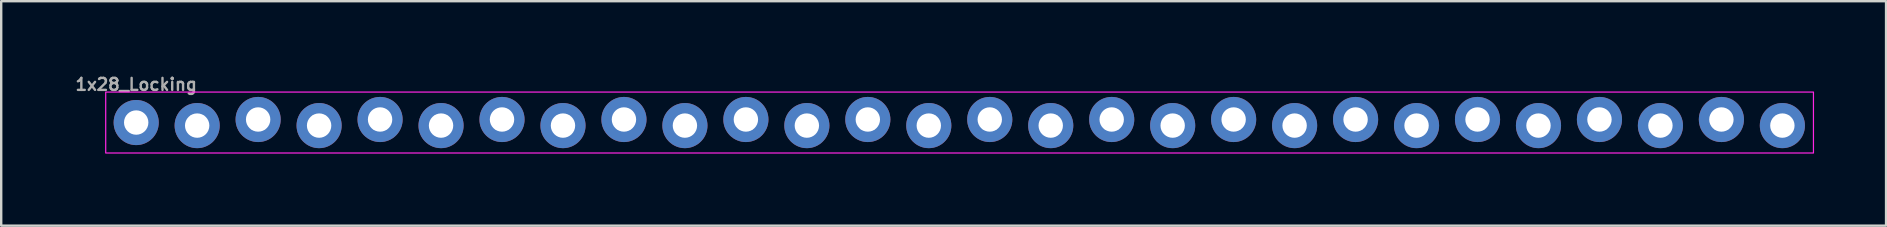
<source format=kicad_pcb>
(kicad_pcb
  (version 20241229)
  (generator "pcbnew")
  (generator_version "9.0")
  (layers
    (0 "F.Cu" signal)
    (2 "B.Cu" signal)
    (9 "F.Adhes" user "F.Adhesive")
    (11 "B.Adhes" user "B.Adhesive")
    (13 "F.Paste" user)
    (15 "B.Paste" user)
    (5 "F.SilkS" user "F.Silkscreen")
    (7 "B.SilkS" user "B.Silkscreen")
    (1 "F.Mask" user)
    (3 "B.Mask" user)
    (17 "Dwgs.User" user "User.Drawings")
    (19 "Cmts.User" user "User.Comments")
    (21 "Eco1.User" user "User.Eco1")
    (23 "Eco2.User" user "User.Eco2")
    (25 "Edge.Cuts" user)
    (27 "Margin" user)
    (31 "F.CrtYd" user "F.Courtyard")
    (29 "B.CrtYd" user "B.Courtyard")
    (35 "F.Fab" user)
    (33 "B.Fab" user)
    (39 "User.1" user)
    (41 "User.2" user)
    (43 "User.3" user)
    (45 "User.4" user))
  (footprint "1x28_Locking"
    (layer "F.Cu")
    (at 2.624 2.055)
    (property "Reference" "1x28_Locking" (at 0 -1.587 0) (layer "F.Fab") (effects (font (size 0.5 0.5) (thickness 0.1))))
    (fp_rect (start -1.27 -1.27) (end 69.875 1.27) (stroke (width 0.05) (type default)) (fill no) (layer "F.CrtYd"))
    (fp_poly (pts (xy -0.254 0.254) (xy 0.254 0.254) (xy 0.254 -0.254) (xy -0.254 -0.254)) (stroke (width 0.1) (type default)) (fill no) (layer "F.Fab"))
    (fp_poly (pts (xy 2.286 0.254) (xy 2.794 0.254) (xy 2.794 -0.254) (xy 2.286 -0.254)) (stroke (width 0.1) (type default)) (fill no) (layer "F.Fab"))
    (fp_poly (pts (xy 4.826 0.254) (xy 5.334 0.254) (xy 5.334 -0.254) (xy 4.826 -0.254)) (stroke (width 0.1) (type default)) (fill no) (layer "F.Fab"))
    (fp_poly (pts (xy 7.366 0.254) (xy 7.874 0.254) (xy 7.874 -0.254) (xy 7.366 -0.254)) (stroke (width 0.1) (type default)) (fill no) (layer "F.Fab"))
    (fp_poly (pts (xy 9.906 0.254) (xy 10.414 0.254) (xy 10.414 -0.254) (xy 9.906 -0.254)) (stroke (width 0.1) (type default)) (fill no) (layer "F.Fab"))
    (fp_poly (pts (xy 12.446 0.254) (xy 12.954 0.254) (xy 12.954 -0.254) (xy 12.446 -0.254)) (stroke (width 0.1) (type default)) (fill no) (layer "F.Fab"))
    (fp_poly (pts (xy 14.986 0.254) (xy 15.494 0.254) (xy 15.494 -0.254) (xy 14.986 -0.254)) (stroke (width 0.1) (type default)) (fill no) (layer "F.Fab"))
    (fp_poly (pts (xy 17.526 0.254) (xy 18.034 0.254) (xy 18.034 -0.254) (xy 17.526 -0.254)) (stroke (width 0.1) (type default)) (fill no) (layer "F.Fab"))
    (fp_poly (pts (xy 20.066 0.254) (xy 20.574 0.254) (xy 20.574 -0.254) (xy 20.066 -0.254)) (stroke (width 0.1) (type default)) (fill no) (layer "F.Fab"))
    (fp_poly (pts (xy 22.606 0.254) (xy 23.114 0.254) (xy 23.114 -0.254) (xy 22.606 -0.254)) (stroke (width 0.1) (type default)) (fill no) (layer "F.Fab"))
    (fp_poly (pts (xy 25.146 0.254) (xy 25.654 0.254) (xy 25.654 -0.254) (xy 25.146 -0.254)) (stroke (width 0.1) (type default)) (fill no) (layer "F.Fab"))
    (fp_poly (pts (xy 27.686 0.254) (xy 28.194 0.254) (xy 28.194 -0.254) (xy 27.686 -0.254)) (stroke (width 0.1) (type default)) (fill no) (layer "F.Fab"))
    (fp_poly (pts (xy 30.226 0.254) (xy 30.734 0.254) (xy 30.734 -0.254) (xy 30.226 -0.254)) (stroke (width 0.1) (type default)) (fill no) (layer "F.Fab"))
    (fp_poly (pts (xy 32.766 0.254) (xy 33.274 0.254) (xy 33.274 -0.254) (xy 32.766 -0.254)) (stroke (width 0.1) (type default)) (fill no) (layer "F.Fab"))
    (fp_poly (pts (xy 35.306 0.254) (xy 35.814 0.254) (xy 35.814 -0.254) (xy 35.306 -0.254)) (stroke (width 0.1) (type default)) (fill no) (layer "F.Fab"))
    (fp_poly (pts (xy 37.846 0.254) (xy 38.354 0.254) (xy 38.354 -0.254) (xy 37.846 -0.254)) (stroke (width 0.1) (type default)) (fill no) (layer "F.Fab"))
    (fp_poly (pts (xy 40.386 0.254) (xy 40.894 0.254) (xy 40.894 -0.254) (xy 40.386 -0.254)) (stroke (width 0.1) (type default)) (fill no) (layer "F.Fab"))
    (fp_poly (pts (xy 42.926 0.254) (xy 43.434 0.254) (xy 43.434 -0.254) (xy 42.926 -0.254)) (stroke (width 0.1) (type default)) (fill no) (layer "F.Fab"))
    (fp_poly (pts (xy 45.466 0.254) (xy 45.974 0.254) (xy 45.974 -0.254) (xy 45.466 -0.254)) (stroke (width 0.1) (type default)) (fill no) (layer "F.Fab"))
    (fp_poly (pts (xy 48.006 0.254) (xy 48.514 0.254) (xy 48.514 -0.254) (xy 48.006 -0.254)) (stroke (width 0.1) (type default)) (fill no) (layer "F.Fab"))
    (fp_poly (pts (xy 50.546 0.254) (xy 51.054 0.254) (xy 51.054 -0.254) (xy 50.546 -0.254)) (stroke (width 0.1) (type default)) (fill no) (layer "F.Fab"))
    (fp_poly (pts (xy 53.086 0.254) (xy 53.594 0.254) (xy 53.594 -0.254) (xy 53.086 -0.254)) (stroke (width 0.1) (type default)) (fill no) (layer "F.Fab"))
    (fp_poly (pts (xy 55.626 0.254) (xy 56.134 0.254) (xy 56.134 -0.254) (xy 55.626 -0.254)) (stroke (width 0.1) (type default)) (fill no) (layer "F.Fab"))
    (fp_poly (pts (xy 58.166 0.254) (xy 58.674 0.254) (xy 58.674 -0.254) (xy 58.166 -0.254)) (stroke (width 0.1) (type default)) (fill no) (layer "F.Fab"))
    (fp_poly (pts (xy 60.706 0.254) (xy 61.214 0.254) (xy 61.214 -0.254) (xy 60.706 -0.254)) (stroke (width 0.1) (type default)) (fill no) (layer "F.Fab"))
    (fp_poly (pts (xy 63.246 0.254) (xy 63.754 0.254) (xy 63.754 -0.254) (xy 63.246 -0.254)) (stroke (width 0.1) (type default)) (fill no) (layer "F.Fab"))
    (fp_poly (pts (xy 65.786 0.254) (xy 66.294 0.254) (xy 66.294 -0.254) (xy 65.786 -0.254)) (stroke (width 0.1) (type default)) (fill no) (layer "F.Fab"))
    (fp_poly (pts (xy 68.326 0.254) (xy 68.834 0.254) (xy 68.834 -0.254) (xy 68.326 -0.254)) (stroke (width 0.1) (type default)) (fill no) (layer "F.Fab"))
    (pad "1" thru_hole circle (at 0 0 90) (size 1.88 1.88) (drill 1.016) (layers "*.Cu" "*.Mask") (remove_unused_layers yes) (keep_end_layers yes) (zone_layer_connections))
    (pad "2" thru_hole circle (at 2.54 0.127 90) (size 1.88 1.88) (drill 1.016) (layers "*.Cu" "*.Mask") (remove_unused_layers yes) (keep_end_layers yes) (zone_layer_connections))
    (pad "3" thru_hole circle (at 5.08 -0.127 90) (size 1.88 1.88) (drill 1.016) (layers "*.Cu" "*.Mask") (remove_unused_layers yes) (keep_end_layers yes) (zone_layer_connections))
    (pad "4" thru_hole circle (at 7.62 0.127 90) (size 1.88 1.88) (drill 1.016) (layers "*.Cu" "*.Mask") (remove_unused_layers yes) (keep_end_layers yes) (zone_layer_connections))
    (pad "5" thru_hole circle (at 10.16 -0.127 90) (size 1.88 1.88) (drill 1.016) (layers "*.Cu" "*.Mask") (remove_unused_layers yes) (keep_end_layers yes) (zone_layer_connections))
    (pad "6" thru_hole circle (at 12.7 0.127 90) (size 1.88 1.88) (drill 1.016) (layers "*.Cu" "*.Mask") (remove_unused_layers yes) (keep_end_layers yes) (zone_layer_connections))
    (pad "7" thru_hole circle (at 15.24 -0.127 90) (size 1.88 1.88) (drill 1.016) (layers "*.Cu" "*.Mask") (remove_unused_layers yes) (keep_end_layers yes) (zone_layer_connections))
    (pad "8" thru_hole circle (at 17.78 0.127 90) (size 1.88 1.88) (drill 1.016) (layers "*.Cu" "*.Mask") (remove_unused_layers yes) (keep_end_layers yes) (zone_layer_connections))
    (pad "9" thru_hole circle (at 20.32 -0.127 90) (size 1.88 1.88) (drill 1.016) (layers "*.Cu" "*.Mask") (remove_unused_layers yes) (keep_end_layers yes) (zone_layer_connections))
    (pad "10" thru_hole circle (at 22.86 0.127 90) (size 1.88 1.88) (drill 1.016) (layers "*.Cu" "*.Mask") (remove_unused_layers yes) (keep_end_layers yes) (zone_layer_connections))
    (pad "11" thru_hole circle (at 25.4 -0.127 90) (size 1.88 1.88) (drill 1.016) (layers "*.Cu" "*.Mask") (remove_unused_layers yes) (keep_end_layers yes) (zone_layer_connections))
    (pad "12" thru_hole circle (at 27.94 0.127 90) (size 1.88 1.88) (drill 1.016) (layers "*.Cu" "*.Mask") (remove_unused_layers yes) (keep_end_layers yes) (zone_layer_connections))
    (pad "13" thru_hole circle (at 30.48 -0.127 90) (size 1.88 1.88) (drill 1.016) (layers "*.Cu" "*.Mask") (remove_unused_layers yes) (keep_end_layers yes) (zone_layer_connections))
    (pad "14" thru_hole circle (at 33.02 0.127 90) (size 1.88 1.88) (drill 1.016) (layers "*.Cu" "*.Mask") (remove_unused_layers yes) (keep_end_layers yes) (zone_layer_connections))
    (pad "15" thru_hole circle (at 35.56 -0.127 90) (size 1.88 1.88) (drill 1.016) (layers "*.Cu" "*.Mask") (remove_unused_layers yes) (keep_end_layers yes) (zone_layer_connections))
    (pad "16" thru_hole circle (at 38.1 0.127 90) (size 1.88 1.88) (drill 1.016) (layers "*.Cu" "*.Mask") (remove_unused_layers yes) (keep_end_layers yes) (zone_layer_connections))
    (pad "17" thru_hole circle (at 40.64 -0.127 90) (size 1.88 1.88) (drill 1.016) (layers "*.Cu" "*.Mask") (remove_unused_layers yes) (keep_end_layers yes) (zone_layer_connections))
    (pad "18" thru_hole circle (at 43.18 0.127 90) (size 1.88 1.88) (drill 1.016) (layers "*.Cu" "*.Mask") (remove_unused_layers yes) (keep_end_layers yes) (zone_layer_connections))
    (pad "19" thru_hole circle (at 45.72 -0.127 90) (size 1.88 1.88) (drill 1.016) (layers "*.Cu" "*.Mask") (remove_unused_layers yes) (keep_end_layers yes) (zone_layer_connections))
    (pad "20" thru_hole circle (at 48.26 0.127 90) (size 1.88 1.88) (drill 1.016) (layers "*.Cu" "*.Mask") (remove_unused_layers yes) (keep_end_layers yes) (zone_layer_connections))
    (pad "21" thru_hole circle (at 50.8 -0.127 90) (size 1.88 1.88) (drill 1.016) (layers "*.Cu" "*.Mask") (remove_unused_layers yes) (keep_end_layers yes) (zone_layer_connections))
    (pad "22" thru_hole circle (at 53.34 0.127 90) (size 1.88 1.88) (drill 1.016) (layers "*.Cu" "*.Mask") (remove_unused_layers yes) (keep_end_layers yes) (zone_layer_connections))
    (pad "23" thru_hole circle (at 55.88 -0.127 90) (size 1.88 1.88) (drill 1.016) (layers "*.Cu" "*.Mask") (remove_unused_layers yes) (keep_end_layers yes) (zone_layer_connections))
    (pad "24" thru_hole circle (at 58.42 0.127 90) (size 1.88 1.88) (drill 1.016) (layers "*.Cu" "*.Mask") (remove_unused_layers yes) (keep_end_layers yes) (zone_layer_connections))
    (pad "25" thru_hole circle (at 60.96 -0.127 90) (size 1.88 1.88) (drill 1.016) (layers "*.Cu" "*.Mask") (remove_unused_layers yes) (keep_end_layers yes) (zone_layer_connections))
    (pad "26" thru_hole circle (at 63.5 0.127 90) (size 1.88 1.88) (drill 1.016) (layers "*.Cu" "*.Mask") (remove_unused_layers yes) (keep_end_layers yes) (zone_layer_connections))
    (pad "27" thru_hole circle (at 66.04 -0.127 90) (size 1.88 1.88) (drill 1.016) (layers "*.Cu" "*.Mask") (remove_unused_layers yes) (keep_end_layers yes) (zone_layer_connections))
    (pad "28" thru_hole circle (at 68.58 0.127 90) (size 1.88 1.88) (drill 1.016) (layers "*.Cu" "*.Mask") (remove_unused_layers yes) (keep_end_layers yes) (zone_layer_connections)))
  (gr_rect
    (start -3 -3)
    (end 75.524 6.351)
    (stroke (width 0.1) (type default))
    (fill no)
    (layer "Edge.Cuts")))
</source>
